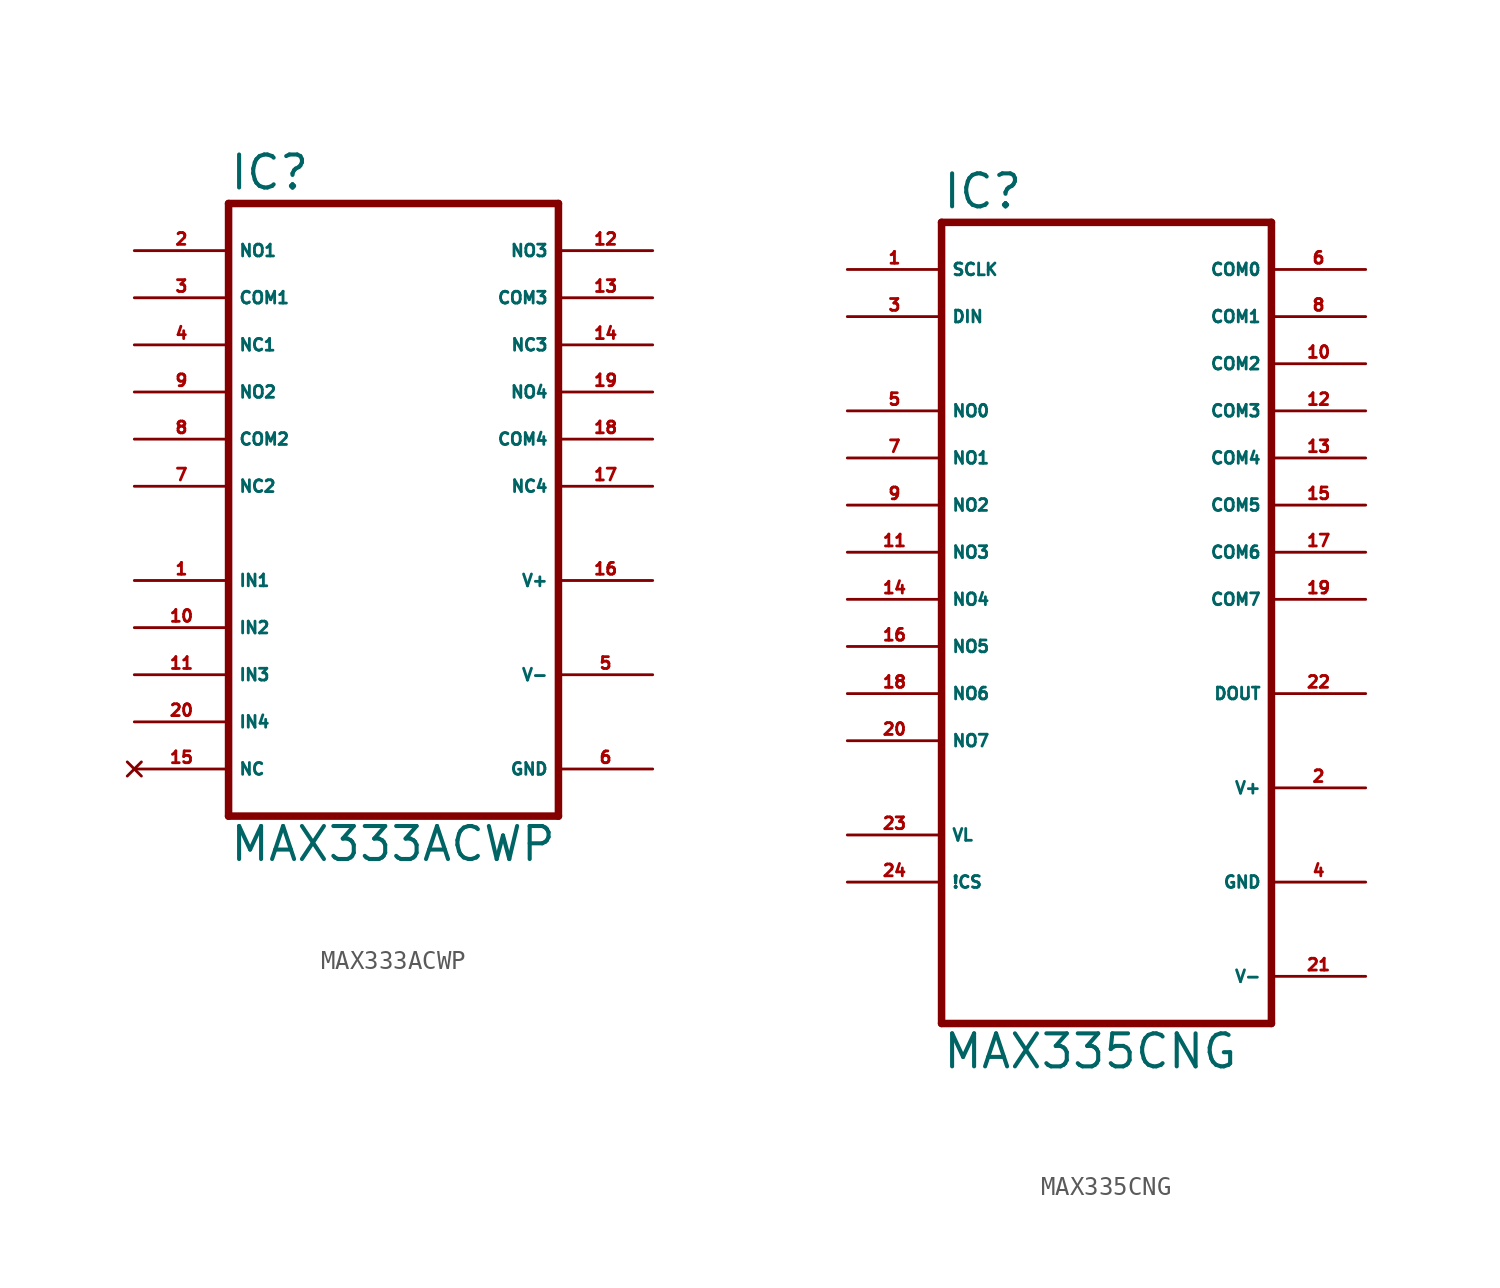
<source format=kicad_sym>
(kicad_symbol_lib
  (version 20220914)
  (generator Eagle2Kicad)
  (symbol "MAX333ACWP"
    (property "Reference" "IC"
      (at -10.16 15.875 0)
      (effects (font (size 1.778 1.778) (thickness 0.22)) (justify left bottom)))
    (property "Value" "MAX333ACWP"
      (at -10.16 -20.32 0)
      (effects (font (size 1.778 1.778) (thickness 0.22)) (justify left bottom)))
    (polyline
      (pts (xy -10.16 15.24) (xy -10.16 -17.78))
      (stroke (width 0.406) (type default))
      (fill (type none)))
    (polyline
      (pts (xy -10.16 15.24) (xy 7.62 15.24))
      (stroke (width 0.406) (type default))
      (fill (type none)))
    (polyline
      (pts (xy 7.62 -17.78) (xy 7.62 15.24))
      (stroke (width 0.406) (type default))
      (fill (type none)))
    (polyline
      (pts (xy 7.62 -17.78) (xy -10.16 -17.78))
      (stroke (width 0.406) (type default))
      (fill (type none)))
    (pin input line
      (at -15.24 -5.08 0)
      (length 5.08)
      (name "IN1" (effects (font (size 0.635 0.635) (thickness 0.08)) (justify left bottom)))
      (number "1" (effects (font (size 0.635 0.635) (thickness 0.08)) (justify left bottom))))
    (pin input line
      (at -15.24 -7.62 0)
      (length 5.08)
      (name "IN2" (effects (font (size 0.635 0.635) (thickness 0.08)) (justify left bottom)))
      (number "10" (effects (font (size 0.635 0.635) (thickness 0.08)) (justify left bottom))))
    (pin input line
      (at -15.24 -10.16 0)
      (length 5.08)
      (name "IN3" (effects (font (size 0.635 0.635) (thickness 0.08)) (justify left bottom)))
      (number "11" (effects (font (size 0.635 0.635) (thickness 0.08)) (justify left bottom))))
    (pin input line
      (at -15.24 -12.7 0)
      (length 5.08)
      (name "IN4" (effects (font (size 0.635 0.635) (thickness 0.08)) (justify left bottom)))
      (number "20" (effects (font (size 0.635 0.635) (thickness 0.08)) (justify left bottom))))
    (pin passive line
      (at -15.24 12.7 0)
      (length 5.08)
      (name "NO1" (effects (font (size 0.635 0.635) (thickness 0.08)) (justify left bottom)))
      (number "2" (effects (font (size 0.635 0.635) (thickness 0.08)) (justify left bottom))))
    (pin passive line
      (at -15.24 10.16 0)
      (length 5.08)
      (name "COM1" (effects (font (size 0.635 0.635) (thickness 0.08)) (justify left bottom)))
      (number "3" (effects (font (size 0.635 0.635) (thickness 0.08)) (justify left bottom))))
    (pin passive line
      (at -15.24 7.62 0)
      (length 5.08)
      (name "NC1" (effects (font (size 0.635 0.635) (thickness 0.08)) (justify left bottom)))
      (number "4" (effects (font (size 0.635 0.635) (thickness 0.08)) (justify left bottom))))
    (pin passive line
      (at -15.24 5.08 0)
      (length 5.08)
      (name "NO2" (effects (font (size 0.635 0.635) (thickness 0.08)) (justify left bottom)))
      (number "9" (effects (font (size 0.635 0.635) (thickness 0.08)) (justify left bottom))))
    (pin passive line
      (at -15.24 2.54 0)
      (length 5.08)
      (name "COM2" (effects (font (size 0.635 0.635) (thickness 0.08)) (justify left bottom)))
      (number "8" (effects (font (size 0.635 0.635) (thickness 0.08)) (justify left bottom))))
    (pin passive line
      (at -15.24 0 0)
      (length 5.08)
      (name "NC2" (effects (font (size 0.635 0.635) (thickness 0.08)) (justify left bottom)))
      (number "7" (effects (font (size 0.635 0.635) (thickness 0.08)) (justify left bottom))))
    (pin passive line
      (at 12.7 12.7 180)
      (length 5.08)
      (name "NO3" (effects (font (size 0.635 0.635) (thickness 0.08)) (justify left bottom)))
      (number "12" (effects (font (size 0.635 0.635) (thickness 0.08)) (justify left bottom))))
    (pin passive line
      (at 12.7 10.16 180)
      (length 5.08)
      (name "COM3" (effects (font (size 0.635 0.635) (thickness 0.08)) (justify left bottom)))
      (number "13" (effects (font (size 0.635 0.635) (thickness 0.08)) (justify left bottom))))
    (pin passive line
      (at 12.7 7.62 180)
      (length 5.08)
      (name "NC3" (effects (font (size 0.635 0.635) (thickness 0.08)) (justify left bottom)))
      (number "14" (effects (font (size 0.635 0.635) (thickness 0.08)) (justify left bottom))))
    (pin passive line
      (at 12.7 5.08 180)
      (length 5.08)
      (name "NO4" (effects (font (size 0.635 0.635) (thickness 0.08)) (justify left bottom)))
      (number "19" (effects (font (size 0.635 0.635) (thickness 0.08)) (justify left bottom))))
    (pin passive line
      (at 12.7 2.54 180)
      (length 5.08)
      (name "COM4" (effects (font (size 0.635 0.635) (thickness 0.08)) (justify left bottom)))
      (number "18" (effects (font (size 0.635 0.635) (thickness 0.08)) (justify left bottom))))
    (pin passive line
      (at 12.7 0 180)
      (length 5.08)
      (name "NC4" (effects (font (size 0.635 0.635) (thickness 0.08)) (justify left bottom)))
      (number "17" (effects (font (size 0.635 0.635) (thickness 0.08)) (justify left bottom))))
    (pin unspecified line
      (at 12.7 -5.08 180)
      (length 5.08)
      (name "V+" (effects (font (size 0.635 0.635) (thickness 0.08)) (justify left bottom)))
      (number "16" (effects (font (size 0.635 0.635) (thickness 0.08)) (justify left bottom))))
    (pin unspecified line
      (at 12.7 -10.16 180)
      (length 5.08)
      (name "V-" (effects (font (size 0.635 0.635) (thickness 0.08)) (justify left bottom)))
      (number "5" (effects (font (size 0.635 0.635) (thickness 0.08)) (justify left bottom))))
    (pin unspecified line
      (at 12.7 -15.24 180)
      (length 5.08)
      (name "GND" (effects (font (size 0.635 0.635) (thickness 0.08)) (justify left bottom)))
      (number "6" (effects (font (size 0.635 0.635) (thickness 0.08)) (justify left bottom))))
    (pin no_connect line
      (at -15.24 -15.24 0)
      (length 5.08)
      (name "NC" (effects (font (size 0.635 0.635) (thickness 0.08)) (justify left bottom) hide))
      (number "15" (effects (font (size 0.635 0.635) (thickness 0.08)) (justify left bottom) hide))))
  (symbol "MAX335CNG"
    (property "Reference" "IC"
      (at -7.62 20.955 0)
      (effects (font (size 1.778 1.778) (thickness 0.22)) (justify left bottom)))
    (property "Value" "MAX335CNG"
      (at -7.62 -25.4 0)
      (effects (font (size 1.778 1.778) (thickness 0.22)) (justify left bottom)))
    (polyline
      (pts (xy -7.62 20.32) (xy 10.16 20.32))
      (stroke (width 0.406) (type default))
      (fill (type none)))
    (polyline
      (pts (xy 10.16 20.32) (xy 10.16 -22.86))
      (stroke (width 0.406) (type default))
      (fill (type none)))
    (polyline
      (pts (xy 10.16 -22.86) (xy -7.62 -22.86))
      (stroke (width 0.406) (type default))
      (fill (type none)))
    (polyline
      (pts (xy -7.62 -22.86) (xy -7.62 20.32))
      (stroke (width 0.406) (type default))
      (fill (type none)))
    (pin input line
      (at -12.7 17.78 0)
      (length 5.08)
      (name "SCLK" (effects (font (size 0.635 0.635) (thickness 0.08)) (justify left bottom)))
      (number "1" (effects (font (size 0.635 0.635) (thickness 0.08)) (justify left bottom))))
    (pin unspecified line
      (at 15.24 -20.32 180)
      (length 5.08)
      (name "V-" (effects (font (size 0.635 0.635) (thickness 0.08)) (justify left bottom)))
      (number "21" (effects (font (size 0.635 0.635) (thickness 0.08)) (justify left bottom))))
    (pin unspecified line
      (at 15.24 -15.24 180)
      (length 5.08)
      (name "GND" (effects (font (size 0.635 0.635) (thickness 0.08)) (justify left bottom)))
      (number "4" (effects (font (size 0.635 0.635) (thickness 0.08)) (justify left bottom))))
    (pin unspecified line
      (at 15.24 -10.16 180)
      (length 5.08)
      (name "V+" (effects (font (size 0.635 0.635) (thickness 0.08)) (justify left bottom)))
      (number "2" (effects (font (size 0.635 0.635) (thickness 0.08)) (justify left bottom))))
    (pin input line
      (at -12.7 15.24 0)
      (length 5.08)
      (name "DIN" (effects (font (size 0.635 0.635) (thickness 0.08)) (justify left bottom)))
      (number "3" (effects (font (size 0.635 0.635) (thickness 0.08)) (justify left bottom))))
    (pin passive line
      (at -12.7 10.16 0)
      (length 5.08)
      (name "NO0" (effects (font (size 0.635 0.635) (thickness 0.08)) (justify left bottom)))
      (number "5" (effects (font (size 0.635 0.635) (thickness 0.08)) (justify left bottom))))
    (pin passive line
      (at -12.7 7.62 0)
      (length 5.08)
      (name "NO1" (effects (font (size 0.635 0.635) (thickness 0.08)) (justify left bottom)))
      (number "7" (effects (font (size 0.635 0.635) (thickness 0.08)) (justify left bottom))))
    (pin passive line
      (at -12.7 5.08 0)
      (length 5.08)
      (name "NO2" (effects (font (size 0.635 0.635) (thickness 0.08)) (justify left bottom)))
      (number "9" (effects (font (size 0.635 0.635) (thickness 0.08)) (justify left bottom))))
    (pin passive line
      (at -12.7 2.54 0)
      (length 5.08)
      (name "NO3" (effects (font (size 0.635 0.635) (thickness 0.08)) (justify left bottom)))
      (number "11" (effects (font (size 0.635 0.635) (thickness 0.08)) (justify left bottom))))
    (pin passive line
      (at -12.7 0 0)
      (length 5.08)
      (name "NO4" (effects (font (size 0.635 0.635) (thickness 0.08)) (justify left bottom)))
      (number "14" (effects (font (size 0.635 0.635) (thickness 0.08)) (justify left bottom))))
    (pin passive line
      (at -12.7 -2.54 0)
      (length 5.08)
      (name "NO5" (effects (font (size 0.635 0.635) (thickness 0.08)) (justify left bottom)))
      (number "16" (effects (font (size 0.635 0.635) (thickness 0.08)) (justify left bottom))))
    (pin passive line
      (at -12.7 -5.08 0)
      (length 5.08)
      (name "NO6" (effects (font (size 0.635 0.635) (thickness 0.08)) (justify left bottom)))
      (number "18" (effects (font (size 0.635 0.635) (thickness 0.08)) (justify left bottom))))
    (pin passive line
      (at -12.7 -7.62 0)
      (length 5.08)
      (name "NO7" (effects (font (size 0.635 0.635) (thickness 0.08)) (justify left bottom)))
      (number "20" (effects (font (size 0.635 0.635) (thickness 0.08)) (justify left bottom))))
    (pin passive line
      (at 15.24 17.78 180)
      (length 5.08)
      (name "COM0" (effects (font (size 0.635 0.635) (thickness 0.08)) (justify left bottom)))
      (number "6" (effects (font (size 0.635 0.635) (thickness 0.08)) (justify left bottom))))
    (pin passive line
      (at 15.24 15.24 180)
      (length 5.08)
      (name "COM1" (effects (font (size 0.635 0.635) (thickness 0.08)) (justify left bottom)))
      (number "8" (effects (font (size 0.635 0.635) (thickness 0.08)) (justify left bottom))))
    (pin passive line
      (at 15.24 12.7 180)
      (length 5.08)
      (name "COM2" (effects (font (size 0.635 0.635) (thickness 0.08)) (justify left bottom)))
      (number "10" (effects (font (size 0.635 0.635) (thickness 0.08)) (justify left bottom))))
    (pin passive line
      (at 15.24 10.16 180)
      (length 5.08)
      (name "COM3" (effects (font (size 0.635 0.635) (thickness 0.08)) (justify left bottom)))
      (number "12" (effects (font (size 0.635 0.635) (thickness 0.08)) (justify left bottom))))
    (pin input line
      (at -12.7 -12.7 0)
      (length 5.08)
      (name "VL" (effects (font (size 0.635 0.635) (thickness 0.08)) (justify left bottom)))
      (number "23" (effects (font (size 0.635 0.635) (thickness 0.08)) (justify left bottom))))
    (pin input line
      (at -12.7 -15.24 0)
      (length 5.08)
      (name "!CS" (effects (font (size 0.635 0.635) (thickness 0.08)) (justify left bottom)))
      (number "24" (effects (font (size 0.635 0.635) (thickness 0.08)) (justify left bottom))))
    (pin output line
      (at 15.24 -5.08 180)
      (length 5.08)
      (name "DOUT" (effects (font (size 0.635 0.635) (thickness 0.08)) (justify left bottom)))
      (number "22" (effects (font (size 0.635 0.635) (thickness 0.08)) (justify left bottom))))
    (pin passive line
      (at 15.24 7.62 180)
      (length 5.08)
      (name "COM4" (effects (font (size 0.635 0.635) (thickness 0.08)) (justify left bottom)))
      (number "13" (effects (font (size 0.635 0.635) (thickness 0.08)) (justify left bottom))))
    (pin passive line
      (at 15.24 5.08 180)
      (length 5.08)
      (name "COM5" (effects (font (size 0.635 0.635) (thickness 0.08)) (justify left bottom)))
      (number "15" (effects (font (size 0.635 0.635) (thickness 0.08)) (justify left bottom))))
    (pin passive line
      (at 15.24 2.54 180)
      (length 5.08)
      (name "COM6" (effects (font (size 0.635 0.635) (thickness 0.08)) (justify left bottom)))
      (number "17" (effects (font (size 0.635 0.635) (thickness 0.08)) (justify left bottom))))
    (pin passive line
      (at 15.24 0 180)
      (length 5.08)
      (name "COM7" (effects (font (size 0.635 0.635) (thickness 0.08)) (justify left bottom)))
      (number "19" (effects (font (size 0.635 0.635) (thickness 0.08)) (justify left bottom))))))
</source>
